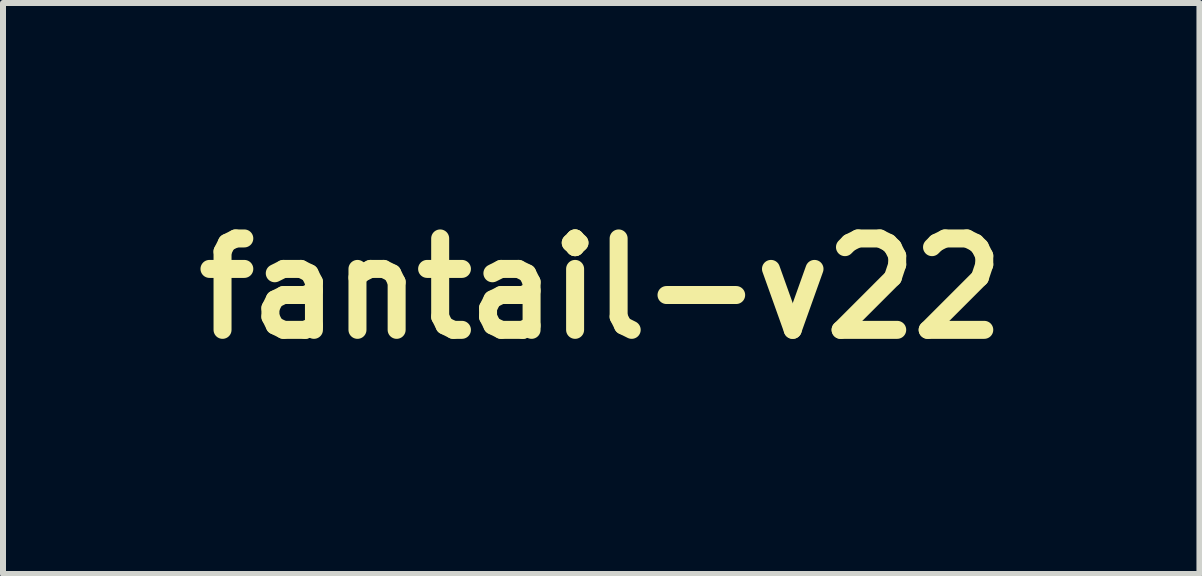
<source format=kicad_pcb>
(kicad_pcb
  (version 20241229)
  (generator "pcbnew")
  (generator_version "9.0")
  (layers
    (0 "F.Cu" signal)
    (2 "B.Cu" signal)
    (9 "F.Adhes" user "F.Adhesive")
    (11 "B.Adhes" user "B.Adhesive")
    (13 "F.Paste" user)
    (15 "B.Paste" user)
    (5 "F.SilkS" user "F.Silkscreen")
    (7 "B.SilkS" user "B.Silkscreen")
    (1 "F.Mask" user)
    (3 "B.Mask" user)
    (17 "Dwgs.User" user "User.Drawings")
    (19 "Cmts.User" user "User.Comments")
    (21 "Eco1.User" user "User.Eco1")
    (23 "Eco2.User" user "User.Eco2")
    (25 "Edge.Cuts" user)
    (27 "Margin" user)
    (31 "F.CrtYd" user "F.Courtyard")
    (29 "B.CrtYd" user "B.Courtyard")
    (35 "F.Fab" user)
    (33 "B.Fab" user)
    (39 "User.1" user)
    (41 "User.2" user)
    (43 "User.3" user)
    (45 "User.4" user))
  (footprint "fantail-v22"
    (layer "F.Cu")
    (at 6.974 1.76)
    (property "Reference" "fantail-v22" (at 0 0 0) (layer "F.SilkS") (effects (font (size 1.524 1.524) (thickness 0.3))))
    (attr through_hole)
    (fp_poly (pts (xy -1.261 -0.005) (xy -1.199 0.131) (xy -1.141 0.253) (xy -1.092 0.357) (xy -1.053 0.438) (xy -1.027 0.49) (xy -1.016 0.508) (xy -1.005 0.489) (xy -0.978 0.437) (xy -0.939 0.357) (xy -0.89 0.253) (xy -0.833 0.13) (xy -0.771 -0.005) (xy -0.537 -0.519) (xy -0.232 -0.519) (xy -0.11 -0.518) (xy -0.025 -0.516) (xy 0.031 -0.511) (xy 0.063 -0.504) (xy 0.077 -0.493) (xy 0.08 -0.485) (xy 0.072 -0.462) (xy 0.047 -0.405) (xy 0.008 -0.318) (xy -0.043 -0.205) (xy -0.106 -0.072) (xy -0.177 0.08) (xy -0.254 0.244) (xy -0.337 0.417) (xy -0.421 0.595) (xy -0.507 0.774) (xy -0.591 0.949) (xy -0.672 1.117) (xy -0.748 1.272) (xy -0.816 1.412) (xy -0.875 1.532) (xy -0.923 1.627) (xy -0.958 1.694) (xy -0.977 1.728) (xy -0.979 1.73) (xy -1.011 1.755) (xy -1.043 1.741) (xy -1.067 1.709) (xy -1.088 1.673) (xy -1.123 1.604) (xy -1.172 1.508) (xy -1.231 1.387) (xy -1.3 1.246) (xy -1.375 1.09) (xy -1.456 0.922) (xy -1.54 0.747) (xy -1.625 0.569) (xy -1.709 0.392) (xy -1.79 0.22) (xy -1.866 0.057) (xy -1.936 -0.092) (xy -1.997 -0.223) (xy -2.046 -0.332) (xy -2.078 -0.404) (xy -1.967 -0.404) (xy -1.729 0.089) (xy -1.646 0.261) (xy -1.552 0.454) (xy -1.455 0.656) (xy -1.361 0.852) (xy -1.276 1.027) (xy -1.259 1.063) (xy -1.196 1.193) (xy -1.138 1.309) (xy -1.088 1.405) (xy -1.048 1.477) (xy -1.022 1.519) (xy -1.012 1.529) (xy -1 1.507) (xy -0.971 1.451) (xy -0.928 1.364) (xy -0.871 1.25) (xy -0.804 1.113) (xy -0.727 0.956) (xy -0.642 0.784) (xy -0.552 0.599) (xy -0.533 0.561) (xy -0.071 -0.392) (xy -0.26 -0.398) (xy -0.345 -0.399) (xy -0.413 -0.399) (xy -0.453 -0.397) (xy -0.459 -0.395) (xy -0.47 -0.374) (xy -0.496 -0.319) (xy -0.535 -0.236) (xy -0.585 -0.13) (xy -0.643 -0.004) (xy -0.707 0.135) (xy -0.719 0.162) (xy -0.798 0.332) (xy -0.862 0.466) (xy -0.912 0.568) (xy -0.952 0.641) (xy -0.981 0.687) (xy -1.002 0.711) (xy -1.011 0.715) (xy -1.026 0.712) (xy -1.043 0.696) (xy -1.066 0.663) (xy -1.097 0.609) (xy -1.137 0.53) (xy -1.189 0.423) (xy -1.254 0.284) (xy -1.309 0.165) (xy -1.566 -0.392) (xy -1.767 -0.398) (xy -1.967 -0.404) (xy -2.078 -0.404) (xy -2.084 -0.415) (xy -2.106 -0.468) (xy -2.112 -0.486) (xy -2.103 -0.499) (xy -2.08 -0.508) (xy -2.036 -0.514) (xy -1.964 -0.517) (xy -1.859 -0.518) (xy -1.801 -0.519) (xy -1.496 -0.519) (xy -1.261 -0.005)) (stroke (width 0.01) (type solid)) (fill yes) (layer "F.Mask"))
    (fp_poly (pts (xy 1.177 -1.749) (xy 1.293 -1.735) (xy 1.344 -1.724) (xy 1.517 -1.659) (xy 1.681 -1.559) (xy 1.828 -1.432) (xy 1.948 -1.285) (xy 2.008 -1.182) (xy 2.07 -1.015) (xy 2.104 -0.836) (xy 2.105 -0.661) (xy 2.099 -0.608) (xy 2.081 -0.514) (xy 2.056 -0.422) (xy 2.022 -0.33) (xy 1.977 -0.234) (xy 1.918 -0.13) (xy 1.843 -0.016) (xy 1.749 0.114) (xy 1.636 0.261) (xy 1.499 0.431) (xy 1.337 0.626) (xy 1.232 0.751) (xy 0.999 1.027) (xy 1.53 1.032) (xy 1.725 1.035) (xy 1.879 1.04) (xy 1.991 1.046) (xy 2.061 1.054) (xy 2.089 1.062) (xy 2.102 1.083) (xy 2.11 1.126) (xy 2.113 1.198) (xy 2.113 1.303) (xy 2.112 1.342) (xy 2.106 1.598) (xy 0.993 1.604) (xy 0.78 1.604) (xy 0.58 1.605) (xy 0.396 1.604) (xy 0.234 1.603) (xy 0.096 1.602) (xy -0.013 1.6) (xy -0.09 1.598) (xy -0.129 1.596) (xy -0.134 1.595) (xy -0.148 1.562) (xy -0.148 1.554) (xy -0.135 1.532) (xy -0.113 1.503) (xy 0.019 1.503) (xy 1.99 1.503) (xy 1.99 1.164) (xy 1.422 1.164) (xy 1.243 1.164) (xy 1.102 1.162) (xy 0.994 1.159) (xy 0.916 1.154) (xy 0.862 1.147) (xy 0.828 1.136) (xy 0.811 1.122) (xy 0.805 1.104) (xy 0.804 1.098) (xy 0.817 1.079) (xy 0.855 1.031) (xy 0.912 0.959) (xy 0.987 0.867) (xy 1.076 0.759) (xy 1.176 0.639) (xy 1.218 0.589) (xy 1.387 0.387) (xy 1.528 0.212) (xy 1.646 0.061) (xy 1.742 -0.071) (xy 1.818 -0.186) (xy 1.876 -0.289) (xy 1.92 -0.383) (xy 1.95 -0.472) (xy 1.97 -0.56) (xy 1.982 -0.651) (xy 1.985 -0.69) (xy 1.976 -0.884) (xy 1.93 -1.064) (xy 1.848 -1.227) (xy 1.734 -1.369) (xy 1.591 -1.486) (xy 1.421 -1.575) (xy 1.231 -1.631) (xy 1.055 -1.65) (xy 0.873 -1.64) (xy 0.697 -1.605) (xy 0.538 -1.546) (xy 0.417 -1.474) (xy 0.311 -1.37) (xy 0.217 -1.233) (xy 0.14 -1.072) (xy 0.085 -0.895) (xy 0.074 -0.841) (xy 0.059 -0.762) (xy 0.42 -0.762) (xy 0.453 -0.873) (xy 0.515 -1.032) (xy 0.601 -1.156) (xy 0.71 -1.245) (xy 0.844 -1.3) (xy 1.004 -1.322) (xy 1.037 -1.322) (xy 1.186 -1.309) (xy 1.31 -1.266) (xy 1.421 -1.189) (xy 1.488 -1.122) (xy 1.564 -1.02) (xy 1.609 -0.913) (xy 1.628 -0.786) (xy 1.63 -0.73) (xy 1.628 -0.68) (xy 1.622 -0.631) (xy 1.61 -0.579) (xy 1.59 -0.523) (xy 1.561 -0.46) (xy 1.522 -0.389) (xy 1.471 -0.307) (xy 1.406 -0.212) (xy 1.326 -0.102) (xy 1.229 0.025) (xy 1.114 0.171) (xy 0.979 0.339) (xy 0.823 0.531) (xy 0.644 0.749) (xy 0.441 0.995) (xy 0.217 1.265) (xy 0.019 1.503) (xy -0.113 1.503) (xy -0.098 1.482) (xy -0.038 1.406) (xy 0.04 1.307) (xy 0.134 1.189) (xy 0.243 1.056) (xy 0.362 0.91) (xy 0.469 0.779) (xy 0.664 0.543) (xy 0.833 0.337) (xy 0.978 0.158) (xy 1.101 0.003) (xy 1.204 -0.129) (xy 1.289 -0.243) (xy 1.356 -0.34) (xy 1.409 -0.422) (xy 1.449 -0.494) (xy 1.477 -0.556) (xy 1.496 -0.612) (xy 1.507 -0.664) (xy 1.512 -0.716) (xy 1.513 -0.753) (xy 1.509 -0.84) (xy 1.49 -0.909) (xy 1.452 -0.982) (xy 1.45 -0.986) (xy 1.368 -1.084) (xy 1.265 -1.153) (xy 1.147 -1.195) (xy 1.024 -1.209) (xy 0.901 -1.194) (xy 0.787 -1.151) (xy 0.691 -1.081) (xy 0.619 -0.984) (xy 0.596 -0.93) (xy 0.57 -0.852) (xy 0.551 -0.783) (xy 0.516 -0.646) (xy -0.053 -0.646) (xy -0.047 -0.77) (xy -0.033 -0.878) (xy -0.002 -1.006) (xy 0.041 -1.137) (xy 0.091 -1.255) (xy 0.117 -1.304) (xy 0.227 -1.453) (xy 0.369 -1.577) (xy 0.535 -1.673) (xy 0.688 -1.728) (xy 0.784 -1.745) (xy 0.908 -1.754) (xy 1.044 -1.755) (xy 1.177 -1.749)) (stroke (width 0.01) (type solid)) (fill yes) (layer "F.Mask")))
  (gr_rect
    (start -3 -3)
    (end 16.948 6.52)
    (stroke (width 0.1) (type default))
    (fill no)
    (layer "Edge.Cuts")))
</source>
